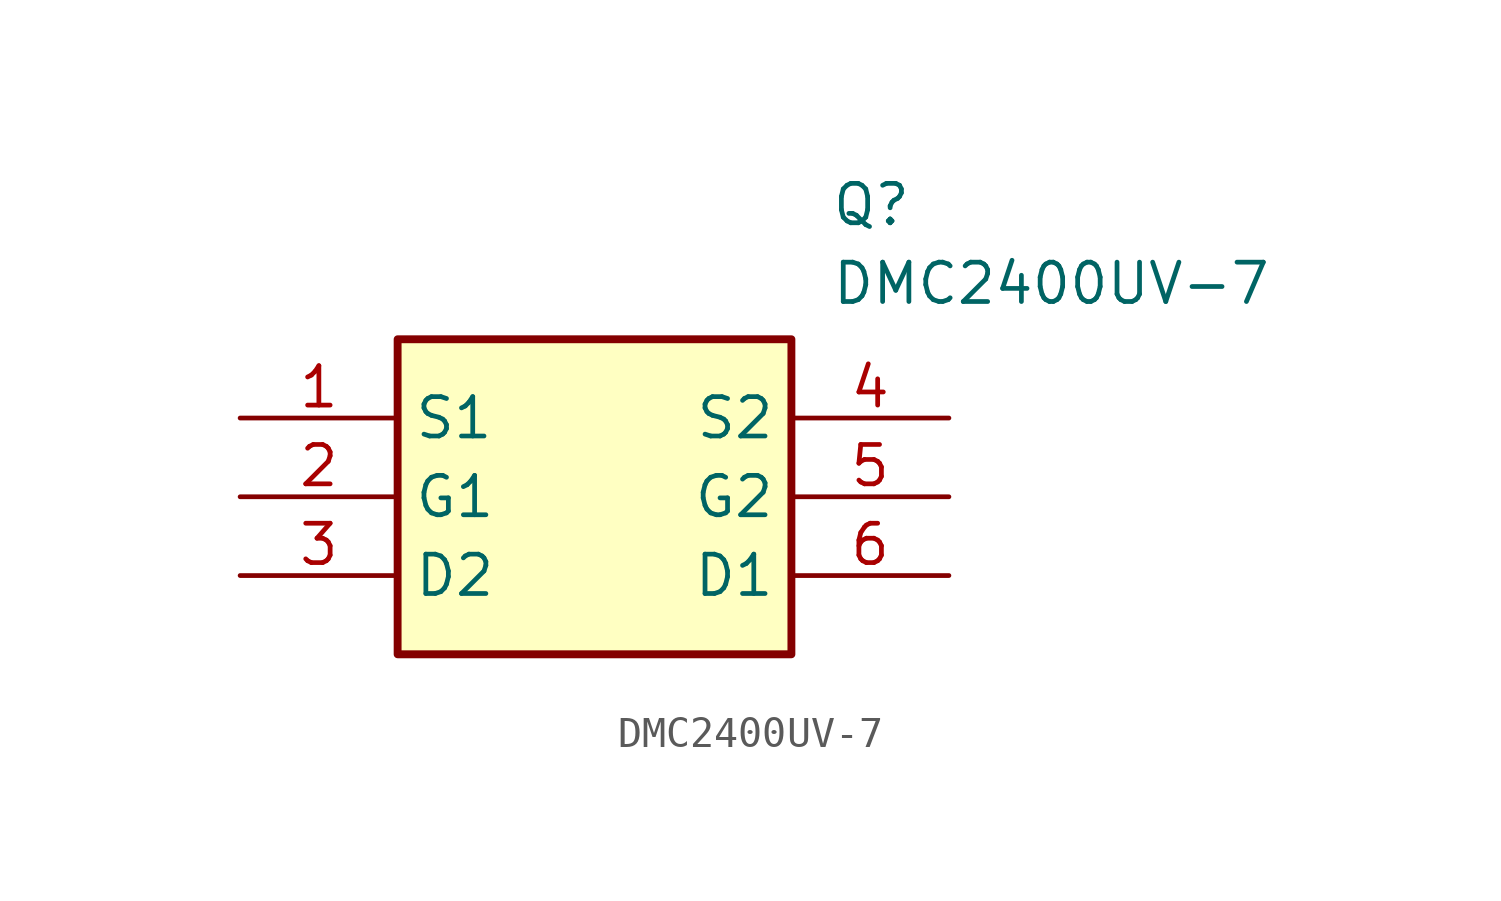
<source format=kicad_sym>
(kicad_symbol_lib
  (version 20211014)
  (generator SamacSys_ECAD_Model)
  (symbol "DMC2400UV-7"
    (property "Reference" "Q"
      (at 19.05 7.62 0)
      (effects (font (size 1.27 1.27)) (justify left top)))
    (property "Value" "DMC2400UV-7"
      (at 19.05 5.08 0)
      (effects (font (size 1.27 1.27)) (justify left top)))
    (rectangle
      (start 5.08 2.54)
      (end 17.78 -7.62)
      (stroke (width 0.254) (type default))
      (fill (type background)))
    (pin passive line
      (at 0 0 0)
      (length 5.08)
      (name "S1" (effects (font (size 1.27 1.27))))
      (number "1" (effects (font (size 1.27 1.27)))))
    (pin passive line
      (at 0 -2.54 0)
      (length 5.08)
      (name "G1" (effects (font (size 1.27 1.27))))
      (number "2" (effects (font (size 1.27 1.27)))))
    (pin passive line
      (at 0 -5.08 0)
      (length 5.08)
      (name "D2" (effects (font (size 1.27 1.27))))
      (number "3" (effects (font (size 1.27 1.27)))))
    (pin passive line
      (at 22.86 0 180)
      (length 5.08)
      (name "S2" (effects (font (size 1.27 1.27))))
      (number "4" (effects (font (size 1.27 1.27)))))
    (pin passive line
      (at 22.86 -2.54 180)
      (length 5.08)
      (name "G2" (effects (font (size 1.27 1.27))))
      (number "5" (effects (font (size 1.27 1.27)))))
    (pin passive line
      (at 22.86 -5.08 180)
      (length 5.08)
      (name "D1" (effects (font (size 1.27 1.27))))
      (number "6" (effects (font (size 1.27 1.27)))))))
</source>
